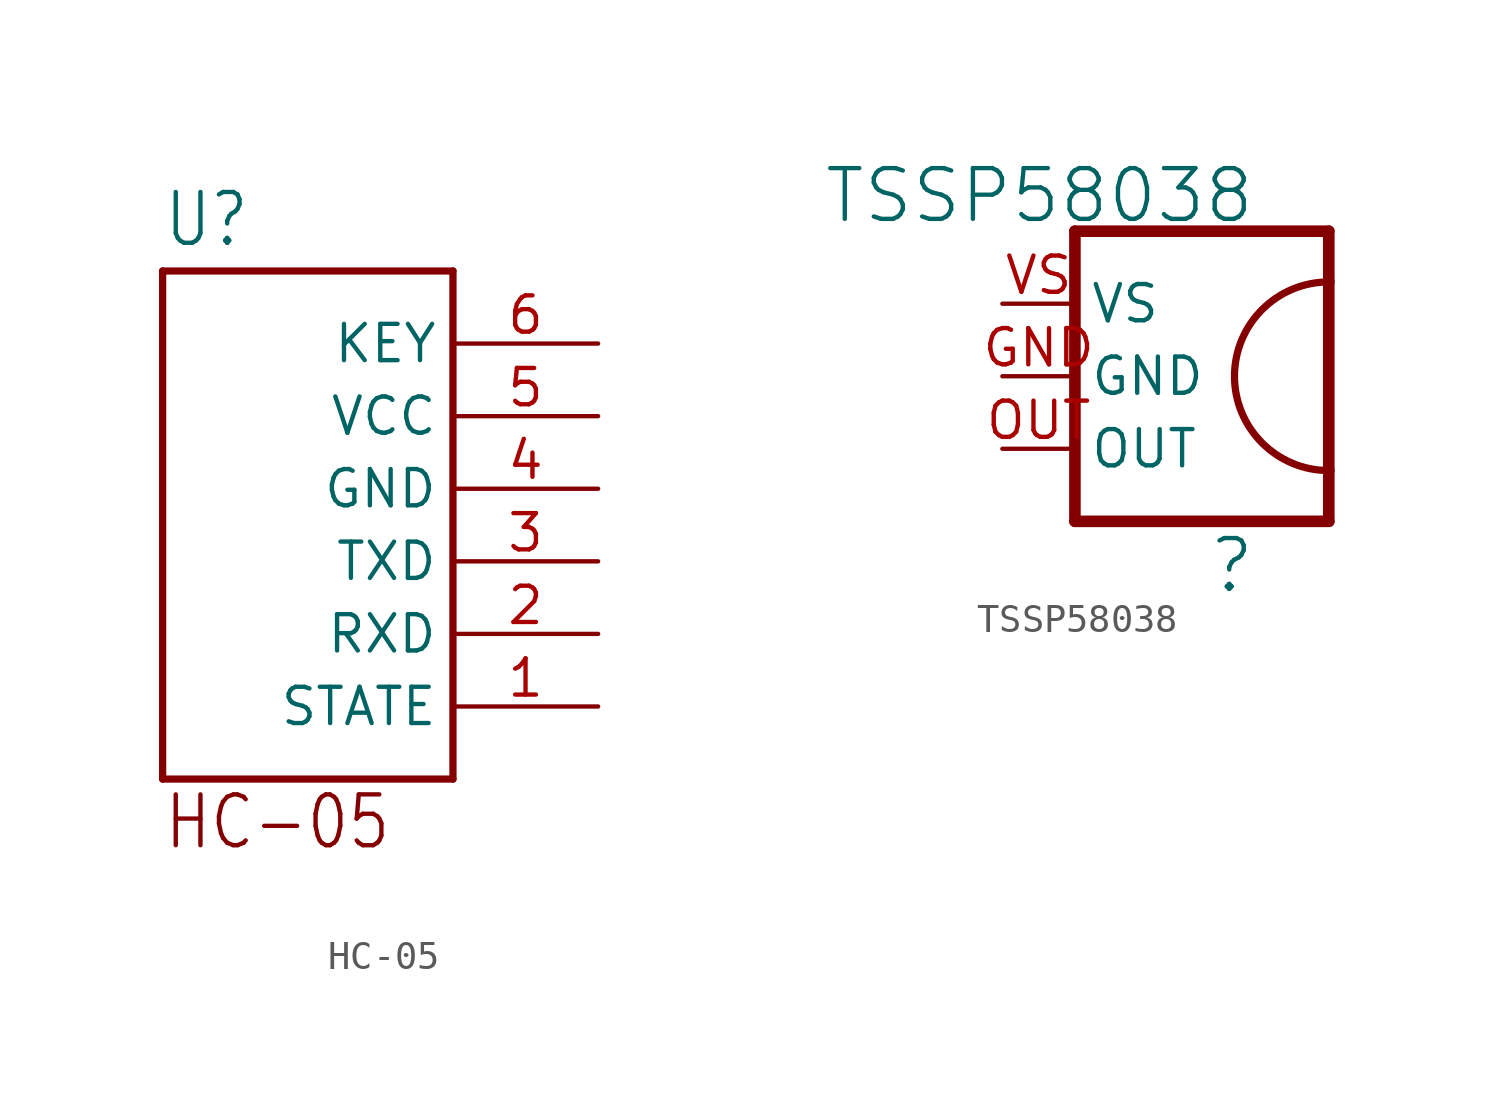
<source format=kicad_sym>
(kicad_symbol_lib
  (version 20211014)
  (generator kicad_symbol_editor)
  (symbol "HC-05"
    (property "Reference" "U"
      (at -7.62 8.382 0)
      (effects (font (size 1.778 1.511)) (justify left bottom)))
    (property "ki_locked" ""
      (at 0 0 0)
      (effects (font (size 1.27 1.27))))
    (symbol "HC-05_1_0"
      (polyline (pts (xy -7.62 -10.16) (xy -7.62 7.62)) (stroke (width 0.254) (type default) (color 0 0 0 0)) (fill (type none)))
      (polyline (pts (xy -7.62 7.62) (xy 2.54 7.62)) (stroke (width 0.254) (type default) (color 0 0 0 0)) (fill (type none)))
      (polyline (pts (xy 2.54 -10.16) (xy -7.62 -10.16)) (stroke (width 0.254) (type default) (color 0 0 0 0)) (fill (type none)))
      (polyline (pts (xy 2.54 7.62) (xy 2.54 -10.16)) (stroke (width 0.254) (type default) (color 0 0 0 0)) (fill (type none)))
      (text "HC-05" (at -7.62 -12.7 0) (effects (font (size 1.778 1.511)) (justify left bottom)))
      (pin bidirectional line (at 7.62 -7.62 180) (length 5.08) (name "STATE" (effects (font (size 1.27 1.27)))) (number "1" (effects (font (size 1.27 1.27)))))
      (pin bidirectional line (at 7.62 -5.08 180) (length 5.08) (name "RXD" (effects (font (size 1.27 1.27)))) (number "2" (effects (font (size 1.27 1.27)))))
      (pin bidirectional line (at 7.62 -2.54 180) (length 5.08) (name "TXD" (effects (font (size 1.27 1.27)))) (number "3" (effects (font (size 1.27 1.27)))))
      (pin power_in line (at 7.62 0 180) (length 5.08) (name "GND" (effects (font (size 1.27 1.27)))) (number "4" (effects (font (size 1.27 1.27)))))
      (pin power_in line (at 7.62 2.54 180) (length 5.08) (name "VCC" (effects (font (size 1.27 1.27)))) (number "5" (effects (font (size 1.27 1.27)))))
      (pin bidirectional line (at 7.62 5.08 180) (length 5.08) (name "KEY" (effects (font (size 1.27 1.27)))) (number "6" (effects (font (size 1.27 1.27)))))))
  (symbol "TSSP58038"
    (property "Reference" ""
      (at 2.54 -5.588 0)
      (effects (font (size 1.778 1.778)) (justify right top)))
    (property "Value" "TSSP58038"
      (at 2.54 7.366 0)
      (effects (font (size 1.778 1.778)) (justify right top)))
    (property "ki_locked" ""
      (at 0 0 0)
      (effects (font (size 1.27 1.27))))
    (symbol "TSSP58038_1_0"
      (polyline (pts (xy -3.81 5.08) (xy -3.81 -5.08)) (stroke (width 0.406) (type default) (color 0 0 0 0)) (fill (type none)))
      (polyline (pts (xy -3.81 5.08) (xy 5.08 5.08)) (stroke (width 0.406) (type default) (color 0 0 0 0)) (fill (type none)))
      (polyline (pts (xy 5.08 -5.08) (xy -3.81 -5.08)) (stroke (width 0.406) (type default) (color 0 0 0 0)) (fill (type none)))
      (polyline (pts (xy 5.08 -5.08) (xy 5.08 -3.302)) (stroke (width 0.406) (type default) (color 0 0 0 0)) (fill (type none)))
      (polyline (pts (xy 5.08 -3.302) (xy 5.08 3.302)) (stroke (width 0.406) (type default) (color 0 0 0 0)) (fill (type none)))
      (polyline (pts (xy 5.08 3.302) (xy 5.08 5.08)) (stroke (width 0.406) (type default) (color 0 0 0 0)) (fill (type none)))
      (arc (start 5.08 3.302) (mid 1.778 0) (end 5.08 -3.302) (stroke (width 0.254) (type default) (color 0 0 0 0)) (fill (type none)))
      (pin bidirectional line (at -6.35 0 0) (length 2.54) (name "GND" (effects (font (size 1.27 1.27)))) (number "GND" (effects (font (size 1.27 1.27)))))
      (pin bidirectional line (at -6.35 -2.54 0) (length 2.54) (name "OUT" (effects (font (size 1.27 1.27)))) (number "OUT" (effects (font (size 1.27 1.27)))))
      (pin bidirectional line (at -6.35 2.54 0) (length 2.54) (name "VS" (effects (font (size 1.27 1.27)))) (number "VS" (effects (font (size 1.27 1.27))))))))
</source>
